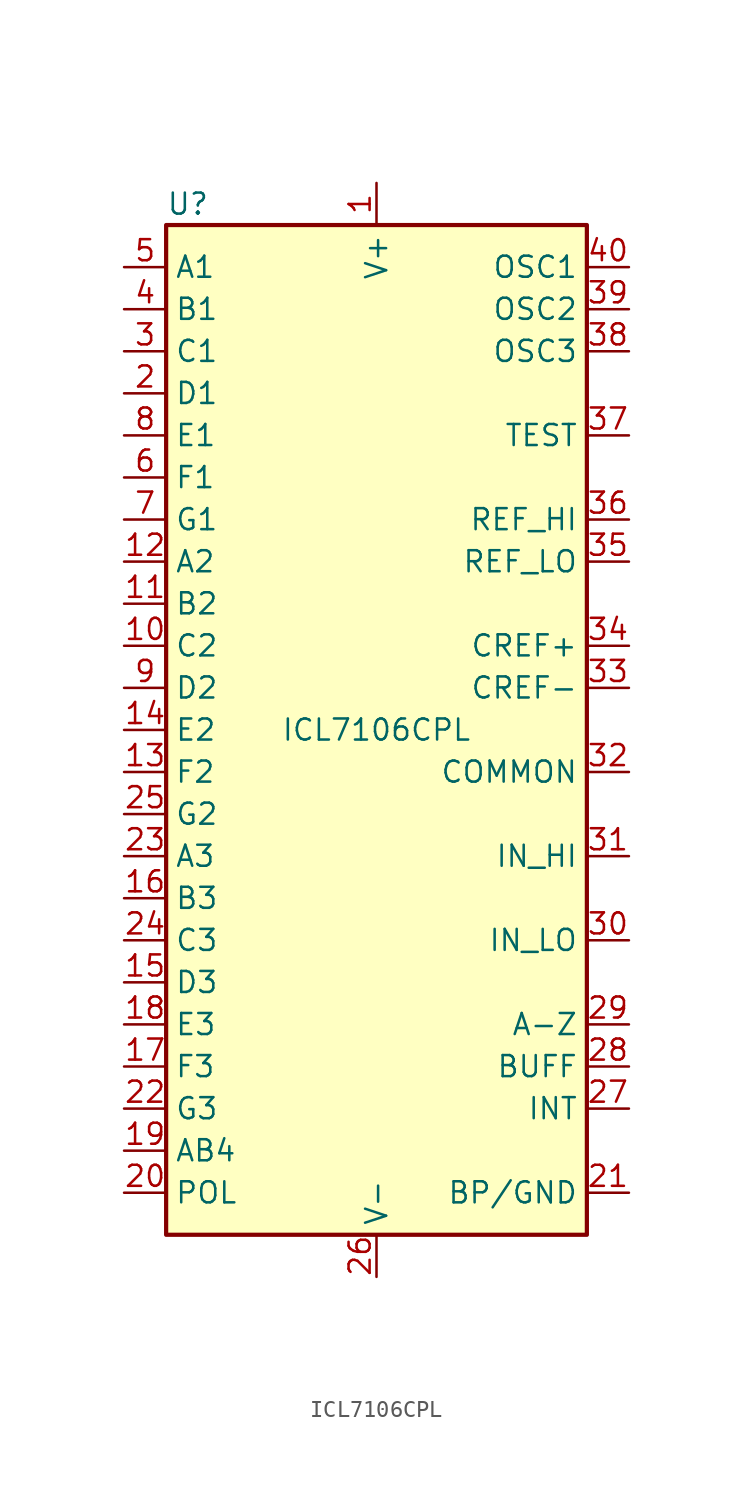
<source format=kicad_sym>
(kicad_symbol_lib
  (version 20211014)
  (generator kicad_symbol_editor)
  (symbol "ICL7106CPL"
    (property "Reference" "U"
      (at -12.7 31.75 0)
      (effects (font (size 1.27 1.27)) (justify left)))
    (property "Value" "ICL7106CPL"
      (at 0 0 0)
      (effects (font (size 1.27 1.27))))
    (symbol "ICL7106CPL_0_1"
      (rectangle (start -12.7 30.48) (end 12.7 -30.48) (stroke (width 0.254) (type default) (color 0 0 0 0)) (fill (type background))))
    (symbol "ICL7106CPL_1_1"
      (pin power_in line (at 0 33.02 270) (length 2.54) (name "V+" (effects (font (size 1.27 1.27)))) (number "1" (effects (font (size 1.27 1.27)))))
      (pin output line (at -15.24 5.08 0) (length 2.54) (name "C2" (effects (font (size 1.27 1.27)))) (number "10" (effects (font (size 1.27 1.27)))))
      (pin output line (at -15.24 7.62 0) (length 2.54) (name "B2" (effects (font (size 1.27 1.27)))) (number "11" (effects (font (size 1.27 1.27)))))
      (pin output line (at -15.24 10.16 0) (length 2.54) (name "A2" (effects (font (size 1.27 1.27)))) (number "12" (effects (font (size 1.27 1.27)))))
      (pin output line (at -15.24 -2.54 0) (length 2.54) (name "F2" (effects (font (size 1.27 1.27)))) (number "13" (effects (font (size 1.27 1.27)))))
      (pin output line (at -15.24 0 0) (length 2.54) (name "E2" (effects (font (size 1.27 1.27)))) (number "14" (effects (font (size 1.27 1.27)))))
      (pin output line (at -15.24 -15.24 0) (length 2.54) (name "D3" (effects (font (size 1.27 1.27)))) (number "15" (effects (font (size 1.27 1.27)))))
      (pin output line (at -15.24 -10.16 0) (length 2.54) (name "B3" (effects (font (size 1.27 1.27)))) (number "16" (effects (font (size 1.27 1.27)))))
      (pin output line (at -15.24 -20.32 0) (length 2.54) (name "F3" (effects (font (size 1.27 1.27)))) (number "17" (effects (font (size 1.27 1.27)))))
      (pin output line (at -15.24 -17.78 0) (length 2.54) (name "E3" (effects (font (size 1.27 1.27)))) (number "18" (effects (font (size 1.27 1.27)))))
      (pin output line (at -15.24 -25.4 0) (length 2.54) (name "AB4" (effects (font (size 1.27 1.27)))) (number "19" (effects (font (size 1.27 1.27)))))
      (pin output line (at -15.24 20.32 0) (length 2.54) (name "D1" (effects (font (size 1.27 1.27)))) (number "2" (effects (font (size 1.27 1.27)))))
      (pin output line (at -15.24 -27.94 0) (length 2.54) (name "POL" (effects (font (size 1.27 1.27)))) (number "20" (effects (font (size 1.27 1.27)))))
      (pin bidirectional line (at 15.24 -27.94 180) (length 2.54) (name "BP/GND" (effects (font (size 1.27 1.27)))) (number "21" (effects (font (size 1.27 1.27)))))
      (pin output line (at -15.24 -22.86 0) (length 2.54) (name "G3" (effects (font (size 1.27 1.27)))) (number "22" (effects (font (size 1.27 1.27)))))
      (pin output line (at -15.24 -7.62 0) (length 2.54) (name "A3" (effects (font (size 1.27 1.27)))) (number "23" (effects (font (size 1.27 1.27)))))
      (pin output line (at -15.24 -12.7 0) (length 2.54) (name "C3" (effects (font (size 1.27 1.27)))) (number "24" (effects (font (size 1.27 1.27)))))
      (pin output line (at -15.24 -5.08 0) (length 2.54) (name "G2" (effects (font (size 1.27 1.27)))) (number "25" (effects (font (size 1.27 1.27)))))
      (pin power_in line (at 0 -33.02 90) (length 2.54) (name "V-" (effects (font (size 1.27 1.27)))) (number "26" (effects (font (size 1.27 1.27)))))
      (pin passive line (at 15.24 -22.86 180) (length 2.54) (name "INT" (effects (font (size 1.27 1.27)))) (number "27" (effects (font (size 1.27 1.27)))))
      (pin output line (at 15.24 -20.32 180) (length 2.54) (name "BUFF" (effects (font (size 1.27 1.27)))) (number "28" (effects (font (size 1.27 1.27)))))
      (pin passive line (at 15.24 -17.78 180) (length 2.54) (name "A-Z" (effects (font (size 1.27 1.27)))) (number "29" (effects (font (size 1.27 1.27)))))
      (pin output line (at -15.24 22.86 0) (length 2.54) (name "C1" (effects (font (size 1.27 1.27)))) (number "3" (effects (font (size 1.27 1.27)))))
      (pin input line (at 15.24 -12.7 180) (length 2.54) (name "IN_LO" (effects (font (size 1.27 1.27)))) (number "30" (effects (font (size 1.27 1.27)))))
      (pin input line (at 15.24 -7.62 180) (length 2.54) (name "IN_HI" (effects (font (size 1.27 1.27)))) (number "31" (effects (font (size 1.27 1.27)))))
      (pin output line (at 15.24 -2.54 180) (length 2.54) (name "COMMON" (effects (font (size 1.27 1.27)))) (number "32" (effects (font (size 1.27 1.27)))))
      (pin passive line (at 15.24 2.54 180) (length 2.54) (name "CREF-" (effects (font (size 1.27 1.27)))) (number "33" (effects (font (size 1.27 1.27)))))
      (pin passive line (at 15.24 5.08 180) (length 2.54) (name "CREF+" (effects (font (size 1.27 1.27)))) (number "34" (effects (font (size 1.27 1.27)))))
      (pin passive line (at 15.24 10.16 180) (length 2.54) (name "REF_LO" (effects (font (size 1.27 1.27)))) (number "35" (effects (font (size 1.27 1.27)))))
      (pin passive line (at 15.24 12.7 180) (length 2.54) (name "REF_HI" (effects (font (size 1.27 1.27)))) (number "36" (effects (font (size 1.27 1.27)))))
      (pin passive line (at 15.24 17.78 180) (length 2.54) (name "TEST" (effects (font (size 1.27 1.27)))) (number "37" (effects (font (size 1.27 1.27)))))
      (pin passive line (at 15.24 22.86 180) (length 2.54) (name "OSC3" (effects (font (size 1.27 1.27)))) (number "38" (effects (font (size 1.27 1.27)))))
      (pin passive line (at 15.24 25.4 180) (length 2.54) (name "OSC2" (effects (font (size 1.27 1.27)))) (number "39" (effects (font (size 1.27 1.27)))))
      (pin output line (at -15.24 25.4 0) (length 2.54) (name "B1" (effects (font (size 1.27 1.27)))) (number "4" (effects (font (size 1.27 1.27)))))
      (pin passive line (at 15.24 27.94 180) (length 2.54) (name "OSC1" (effects (font (size 1.27 1.27)))) (number "40" (effects (font (size 1.27 1.27)))))
      (pin output line (at -15.24 27.94 0) (length 2.54) (name "A1" (effects (font (size 1.27 1.27)))) (number "5" (effects (font (size 1.27 1.27)))))
      (pin output line (at -15.24 15.24 0) (length 2.54) (name "F1" (effects (font (size 1.27 1.27)))) (number "6" (effects (font (size 1.27 1.27)))))
      (pin output line (at -15.24 12.7 0) (length 2.54) (name "G1" (effects (font (size 1.27 1.27)))) (number "7" (effects (font (size 1.27 1.27)))))
      (pin output line (at -15.24 17.78 0) (length 2.54) (name "E1" (effects (font (size 1.27 1.27)))) (number "8" (effects (font (size 1.27 1.27)))))
      (pin output line (at -15.24 2.54 0) (length 2.54) (name "D2" (effects (font (size 1.27 1.27)))) (number "9" (effects (font (size 1.27 1.27))))))))
</source>
